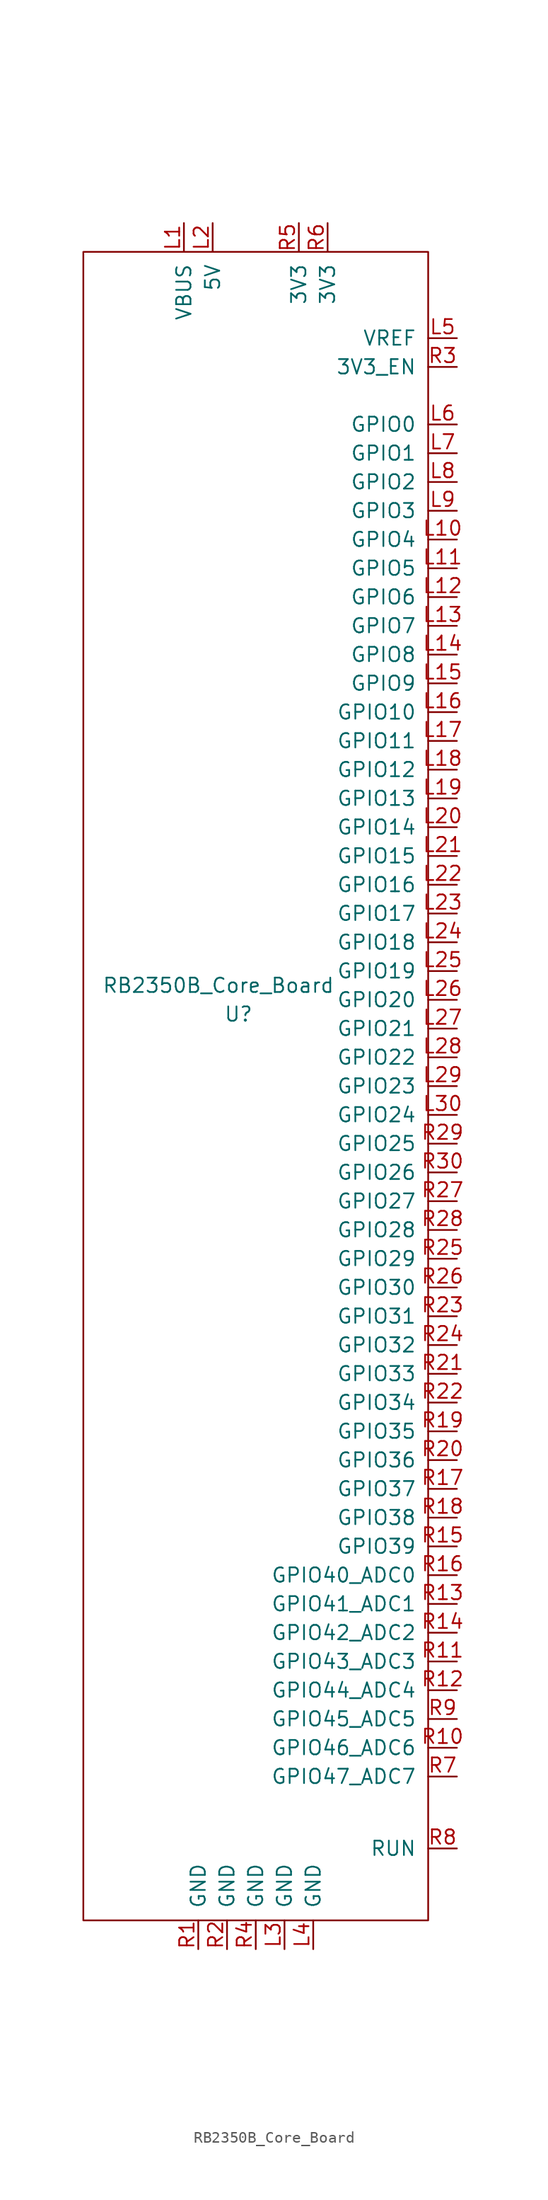
<source format=kicad_sym>
(kicad_symbol_lib
  (version 20241209)
  (generator "kicad_symbol_editor")
  (generator_version "9.0")
  (symbol "RB2350B_Core_Board"
    (pin_names
      (offset 1.016))
    (property "Reference" "U"
      (at -1.524 6.35 0)
      (effects (font (size 1.27 1.27))))
    (property "Value" "RB2350B_Core_Board"
      (at -3.302 8.89 0)
      (effects (font (size 1.27 1.27))))
    (symbol "RB2350B_Core_Board_0_1"
      (rectangle (start -15.24 73.66) (end 15.24 -73.66) (stroke (width 0) (type default)) (fill (type none))))
    (symbol "RB2350B_Core_Board_1_1"
      (pin power_out line (at -6.35 76.2 270) (length 2.54) (name "VBUS" (effects (font (size 1.27 1.27)))) (number "L1" (effects (font (size 1.27 1.27)))))
      (pin power_out line (at -5.08 -76.2 90) (length 2.54) (name "GND" (effects (font (size 1.27 1.27)))) (number "R1" (effects (font (size 1.27 1.27)))))
      (pin power_out line (at -3.81 76.2 270) (length 2.54) (name "5V" (effects (font (size 1.27 1.27)))) (number "L2" (effects (font (size 1.27 1.27)))))
      (pin power_out line (at -2.54 -76.2 90) (length 2.54) (name "GND" (effects (font (size 1.27 1.27)))) (number "R2" (effects (font (size 1.27 1.27)))))
      (pin power_out line (at 0 -76.2 90) (length 2.54) (name "GND" (effects (font (size 1.27 1.27)))) (number "R4" (effects (font (size 1.27 1.27)))))
      (pin power_out line (at 2.54 -76.2 90) (length 2.54) (name "GND" (effects (font (size 1.27 1.27)))) (number "L3" (effects (font (size 1.27 1.27)))))
      (pin power_out line (at 3.81 76.2 270) (length 2.54) (name "3V3" (effects (font (size 1.27 1.27)))) (number "R5" (effects (font (size 1.27 1.27)))))
      (pin power_out line (at 5.08 -76.2 90) (length 2.54) (name "GND" (effects (font (size 1.27 1.27)))) (number "L4" (effects (font (size 1.27 1.27)))))
      (pin power_out line (at 6.35 76.2 270) (length 2.54) (name "3V3" (effects (font (size 1.27 1.27)))) (number "R6" (effects (font (size 1.27 1.27)))))
      (pin input line (at 17.78 66.04 180) (length 2.54) (name "VREF" (effects (font (size 1.27 1.27)))) (number "L5" (effects (font (size 1.27 1.27)))))
      (pin input line (at 17.78 63.5 180) (length 2.54) (name "3V3_EN" (effects (font (size 1.27 1.27)))) (number "R3" (effects (font (size 1.27 1.27)))))
      (pin bidirectional line (at 17.78 58.42 180) (length 2.54) (name "GPIO0" (effects (font (size 1.27 1.27)))) (number "L6" (effects (font (size 1.27 1.27)))))
      (pin bidirectional line (at 17.78 55.88 180) (length 2.54) (name "GPIO1" (effects (font (size 1.27 1.27)))) (number "L7" (effects (font (size 1.27 1.27)))))
      (pin bidirectional line (at 17.78 53.34 180) (length 2.54) (name "GPIO2" (effects (font (size 1.27 1.27)))) (number "L8" (effects (font (size 1.27 1.27)))))
      (pin bidirectional line (at 17.78 50.8 180) (length 2.54) (name "GPIO3" (effects (font (size 1.27 1.27)))) (number "L9" (effects (font (size 1.27 1.27)))))
      (pin bidirectional line (at 17.78 48.26 180) (length 2.54) (name "GPIO4" (effects (font (size 1.27 1.27)))) (number "L10" (effects (font (size 1.27 1.27)))))
      (pin bidirectional line (at 17.78 45.72 180) (length 2.54) (name "GPIO5" (effects (font (size 1.27 1.27)))) (number "L11" (effects (font (size 1.27 1.27)))))
      (pin bidirectional line (at 17.78 43.18 180) (length 2.54) (name "GPIO6" (effects (font (size 1.27 1.27)))) (number "L12" (effects (font (size 1.27 1.27)))))
      (pin bidirectional line (at 17.78 40.64 180) (length 2.54) (name "GPIO7" (effects (font (size 1.27 1.27)))) (number "L13" (effects (font (size 1.27 1.27)))))
      (pin bidirectional line (at 17.78 38.1 180) (length 2.54) (name "GPIO8" (effects (font (size 1.27 1.27)))) (number "L14" (effects (font (size 1.27 1.27)))))
      (pin bidirectional line (at 17.78 35.56 180) (length 2.54) (name "GPIO9" (effects (font (size 1.27 1.27)))) (number "L15" (effects (font (size 1.27 1.27)))))
      (pin bidirectional line (at 17.78 33.02 180) (length 2.54) (name "GPIO10" (effects (font (size 1.27 1.27)))) (number "L16" (effects (font (size 1.27 1.27)))))
      (pin bidirectional line (at 17.78 30.48 180) (length 2.54) (name "GPIO11" (effects (font (size 1.27 1.27)))) (number "L17" (effects (font (size 1.27 1.27)))))
      (pin bidirectional line (at 17.78 27.94 180) (length 2.54) (name "GPIO12" (effects (font (size 1.27 1.27)))) (number "L18" (effects (font (size 1.27 1.27)))))
      (pin bidirectional line (at 17.78 25.4 180) (length 2.54) (name "GPIO13" (effects (font (size 1.27 1.27)))) (number "L19" (effects (font (size 1.27 1.27)))))
      (pin bidirectional line (at 17.78 22.86 180) (length 2.54) (name "GPIO14" (effects (font (size 1.27 1.27)))) (number "L20" (effects (font (size 1.27 1.27)))))
      (pin bidirectional line (at 17.78 20.32 180) (length 2.54) (name "GPIO15" (effects (font (size 1.27 1.27)))) (number "L21" (effects (font (size 1.27 1.27)))))
      (pin bidirectional line (at 17.78 17.78 180) (length 2.54) (name "GPIO16" (effects (font (size 1.27 1.27)))) (number "L22" (effects (font (size 1.27 1.27)))))
      (pin bidirectional line (at 17.78 15.24 180) (length 2.54) (name "GPIO17" (effects (font (size 1.27 1.27)))) (number "L23" (effects (font (size 1.27 1.27)))))
      (pin bidirectional line (at 17.78 12.7 180) (length 2.54) (name "GPIO18" (effects (font (size 1.27 1.27)))) (number "L24" (effects (font (size 1.27 1.27)))))
      (pin bidirectional line (at 17.78 10.16 180) (length 2.54) (name "GPIO19" (effects (font (size 1.27 1.27)))) (number "L25" (effects (font (size 1.27 1.27)))))
      (pin bidirectional line (at 17.78 7.62 180) (length 2.54) (name "GPIO20" (effects (font (size 1.27 1.27)))) (number "L26" (effects (font (size 1.27 1.27)))))
      (pin bidirectional line (at 17.78 5.08 180) (length 2.54) (name "GPIO21" (effects (font (size 1.27 1.27)))) (number "L27" (effects (font (size 1.27 1.27)))))
      (pin bidirectional line (at 17.78 2.54 180) (length 2.54) (name "GPIO22" (effects (font (size 1.27 1.27)))) (number "L28" (effects (font (size 1.27 1.27)))))
      (pin bidirectional line (at 17.78 0 180) (length 2.54) (name "GPIO23" (effects (font (size 1.27 1.27)))) (number "L29" (effects (font (size 1.27 1.27)))))
      (pin bidirectional line (at 17.78 -2.54 180) (length 2.54) (name "GPIO24" (effects (font (size 1.27 1.27)))) (number "L30" (effects (font (size 1.27 1.27)))))
      (pin bidirectional line (at 17.78 -5.08 180) (length 2.54) (name "GPIO25" (effects (font (size 1.27 1.27)))) (number "R29" (effects (font (size 1.27 1.27)))))
      (pin bidirectional line (at 17.78 -7.62 180) (length 2.54) (name "GPIO26" (effects (font (size 1.27 1.27)))) (number "R30" (effects (font (size 1.27 1.27)))))
      (pin bidirectional line (at 17.78 -10.16 180) (length 2.54) (name "GPIO27" (effects (font (size 1.27 1.27)))) (number "R27" (effects (font (size 1.27 1.27)))))
      (pin bidirectional line (at 17.78 -12.7 180) (length 2.54) (name "GPIO28" (effects (font (size 1.27 1.27)))) (number "R28" (effects (font (size 1.27 1.27)))))
      (pin bidirectional line (at 17.78 -15.24 180) (length 2.54) (name "GPIO29" (effects (font (size 1.27 1.27)))) (number "R25" (effects (font (size 1.27 1.27)))))
      (pin bidirectional line (at 17.78 -17.78 180) (length 2.54) (name "GPIO30" (effects (font (size 1.27 1.27)))) (number "R26" (effects (font (size 1.27 1.27)))))
      (pin bidirectional line (at 17.78 -20.32 180) (length 2.54) (name "GPIO31" (effects (font (size 1.27 1.27)))) (number "R23" (effects (font (size 1.27 1.27)))))
      (pin bidirectional line (at 17.78 -22.86 180) (length 2.54) (name "GPIO32" (effects (font (size 1.27 1.27)))) (number "R24" (effects (font (size 1.27 1.27)))))
      (pin bidirectional line (at 17.78 -25.4 180) (length 2.54) (name "GPIO33" (effects (font (size 1.27 1.27)))) (number "R21" (effects (font (size 1.27 1.27)))))
      (pin bidirectional line (at 17.78 -27.94 180) (length 2.54) (name "GPIO34" (effects (font (size 1.27 1.27)))) (number "R22" (effects (font (size 1.27 1.27)))))
      (pin bidirectional line (at 17.78 -30.48 180) (length 2.54) (name "GPIO35" (effects (font (size 1.27 1.27)))) (number "R19" (effects (font (size 1.27 1.27)))))
      (pin bidirectional line (at 17.78 -33.02 180) (length 2.54) (name "GPIO36" (effects (font (size 1.27 1.27)))) (number "R20" (effects (font (size 1.27 1.27)))))
      (pin bidirectional line (at 17.78 -35.56 180) (length 2.54) (name "GPIO37" (effects (font (size 1.27 1.27)))) (number "R17" (effects (font (size 1.27 1.27)))))
      (pin bidirectional line (at 17.78 -38.1 180) (length 2.54) (name "GPIO38" (effects (font (size 1.27 1.27)))) (number "R18" (effects (font (size 1.27 1.27)))))
      (pin bidirectional line (at 17.78 -40.64 180) (length 2.54) (name "GPIO39" (effects (font (size 1.27 1.27)))) (number "R15" (effects (font (size 1.27 1.27)))))
      (pin bidirectional line (at 17.78 -43.18 180) (length 2.54) (name "GPIO40_ADC0" (effects (font (size 1.27 1.27)))) (number "R16" (effects (font (size 1.27 1.27)))))
      (pin bidirectional line (at 17.78 -45.72 180) (length 2.54) (name "GPIO41_ADC1" (effects (font (size 1.27 1.27)))) (number "R13" (effects (font (size 1.27 1.27)))))
      (pin bidirectional line (at 17.78 -48.26 180) (length 2.54) (name "GPIO42_ADC2" (effects (font (size 1.27 1.27)))) (number "R14" (effects (font (size 1.27 1.27)))))
      (pin bidirectional line (at 17.78 -50.8 180) (length 2.54) (name "GPIO43_ADC3" (effects (font (size 1.27 1.27)))) (number "R11" (effects (font (size 1.27 1.27)))))
      (pin bidirectional line (at 17.78 -53.34 180) (length 2.54) (name "GPIO44_ADC4" (effects (font (size 1.27 1.27)))) (number "R12" (effects (font (size 1.27 1.27)))))
      (pin bidirectional line (at 17.78 -55.88 180) (length 2.54) (name "GPIO45_ADC5" (effects (font (size 1.27 1.27)))) (number "R9" (effects (font (size 1.27 1.27)))))
      (pin bidirectional line (at 17.78 -58.42 180) (length 2.54) (name "GPIO46_ADC6" (effects (font (size 1.27 1.27)))) (number "R10" (effects (font (size 1.27 1.27)))))
      (pin bidirectional line (at 17.78 -60.96 180) (length 2.54) (name "GPIO47_ADC7" (effects (font (size 1.27 1.27)))) (number "R7" (effects (font (size 1.27 1.27)))))
      (pin bidirectional line (at 17.78 -67.31 180) (length 2.54) (name "RUN" (effects (font (size 1.27 1.27)))) (number "R8" (effects (font (size 1.27 1.27))))))))
</source>
